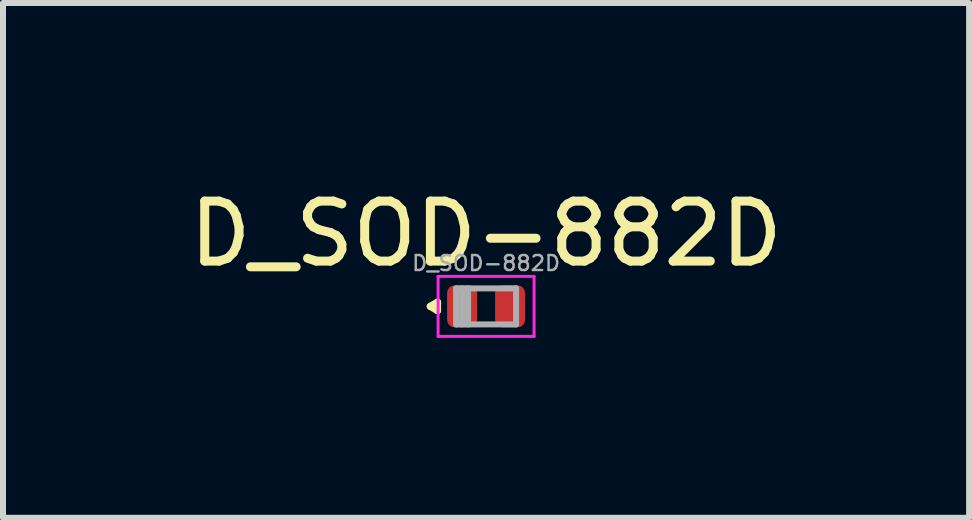
<source format=kicad_pcb>
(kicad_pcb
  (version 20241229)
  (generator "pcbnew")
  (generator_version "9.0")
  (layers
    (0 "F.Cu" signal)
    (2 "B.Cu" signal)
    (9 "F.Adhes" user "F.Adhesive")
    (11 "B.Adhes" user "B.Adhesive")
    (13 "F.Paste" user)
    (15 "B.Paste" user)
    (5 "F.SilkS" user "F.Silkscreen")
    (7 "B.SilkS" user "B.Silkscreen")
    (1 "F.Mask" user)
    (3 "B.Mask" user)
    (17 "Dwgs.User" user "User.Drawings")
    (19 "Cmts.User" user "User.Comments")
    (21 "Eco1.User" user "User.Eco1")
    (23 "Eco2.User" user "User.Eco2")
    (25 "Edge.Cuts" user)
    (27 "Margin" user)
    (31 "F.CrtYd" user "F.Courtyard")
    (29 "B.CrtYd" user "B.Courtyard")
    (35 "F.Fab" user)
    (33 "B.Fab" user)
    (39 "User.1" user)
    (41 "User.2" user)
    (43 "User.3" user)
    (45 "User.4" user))
  (footprint "D_SOD-882D"
    (layer "F.Cu")
    (at 5.054 2.058)
    (property "Reference" "D_SOD-882D" (at 0 -1.21 0) (layer "F.SilkS") (effects (font (size 1 1) (thickness 0.15))))
    (attr smd)
    (fp_line (start -0.93 0) (end -0.81 -0.07) (stroke (width 0.12) (type solid)) (layer "F.SilkS"))
    (fp_line (start -0.81 -0.07) (end -0.81 0.07) (stroke (width 0.12) (type solid)) (layer "F.SilkS"))
    (fp_line (start -0.81 0.07) (end -0.93 0) (stroke (width 0.12) (type solid)) (layer "F.SilkS"))
    (fp_line (start -0.8 -0.5) (end 0.8 -0.5) (stroke (width 0.05) (type solid)) (layer "F.CrtYd"))
    (fp_line (start -0.8 0.5) (end -0.8 -0.5) (stroke (width 0.05) (type solid)) (layer "F.CrtYd"))
    (fp_line (start 0.8 -0.5) (end 0.8 0.5) (stroke (width 0.05) (type solid)) (layer "F.CrtYd"))
    (fp_line (start 0.8 0.5) (end -0.8 0.5) (stroke (width 0.05) (type solid)) (layer "F.CrtYd"))
    (fp_line (start -0.5 -0.3) (end 0.5 -0.3) (stroke (width 0.1) (type solid)) (layer "F.Fab"))
    (fp_line (start -0.5 0.3) (end -0.5 -0.3) (stroke (width 0.1) (type solid)) (layer "F.Fab"))
    (fp_line (start -0.4 0.3) (end -0.4 -0.3) (stroke (width 0.1) (type solid)) (layer "F.Fab"))
    (fp_line (start -0.3 0.3) (end -0.3 -0.3) (stroke (width 0.1) (type solid)) (layer "F.Fab"))
    (fp_line (start 0.5 -0.3) (end 0.5 0.3) (stroke (width 0.1) (type solid)) (layer "F.Fab"))
    (fp_line (start 0.5 0.3) (end -0.5 0.3) (stroke (width 0.1) (type solid)) (layer "F.Fab"))
    (fp_text user "${REFERENCE}" (at 0 -0.72 0) (layer "F.Fab") (effects (font (size 0.25 0.25) (thickness 0.04))))
    (pad "" smd roundrect (at -0.35 0) (size 0.3 0.6) (layers "F.Paste") (roundrect_rratio 0.25))
    (pad "" smd roundrect (at 0.35 0) (size 0.3 0.6) (layers "F.Paste") (roundrect_rratio 0.25))
    (pad "1" smd roundrect (at -0.4 0) (size 0.5 0.7) (layers "F.Cu" "F.Mask") (roundrect_rratio 0.25))
    (pad "2" smd roundrect (at 0.4 0) (size 0.5 0.7) (layers "F.Cu" "F.Mask") (roundrect_rratio 0.25)))
  (gr_rect
    (start -3 -3)
    (end 13.107 5.583)
    (stroke (width 0.1) (type default))
    (fill no)
    (layer "Edge.Cuts")))
</source>
